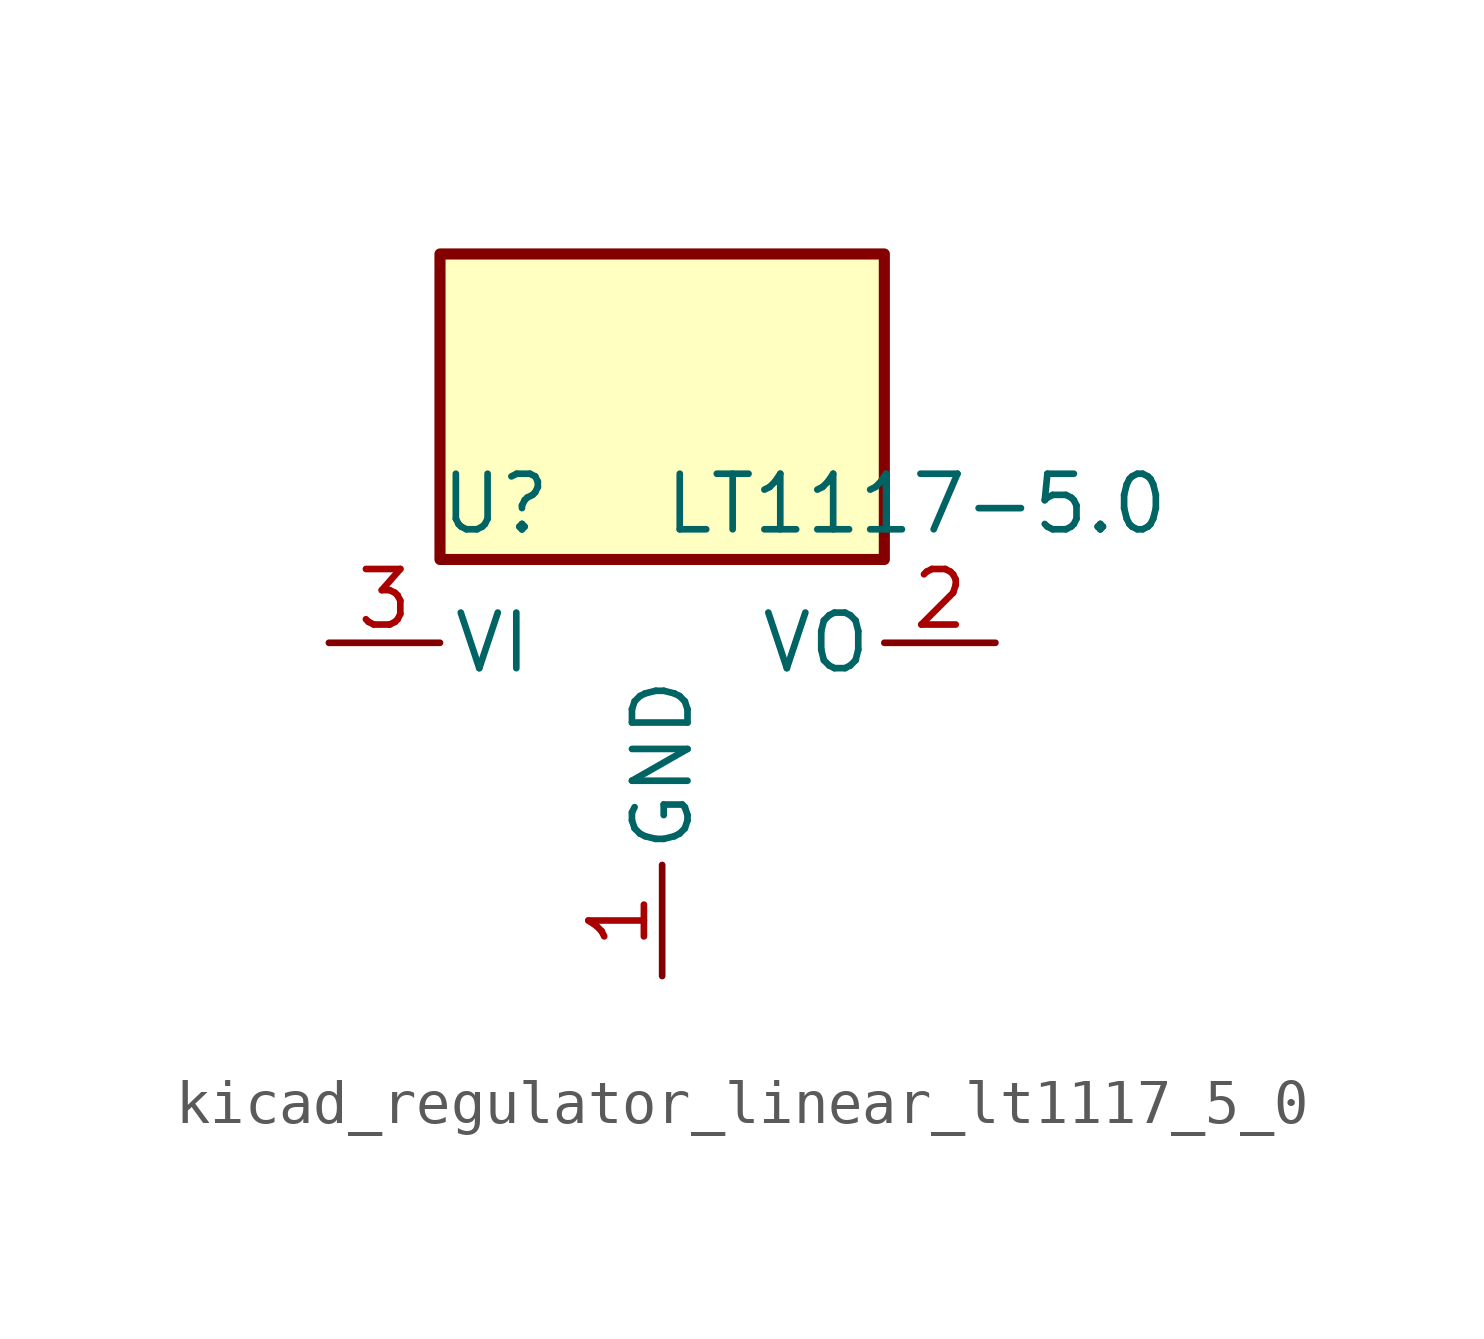
<source format=kicad_sym>
(kicad_symbol_lib
  (version 20220914)
  (generator kicad_symbol_editor)
  (symbol "kicad_regulator_linear_lt1117_5_0"
    (pin_names
      (offset 0.254))
    (property "Reference" "U"
      (at -3.81 3.175 0)
      (effects (font (size 1.27 1.27))))
    (property "Value" "LT1117-5.0"
      (at 0 3.175 0)
      (effects (font (size 1.27 1.27)) (justify left)))
    (symbol "kicad_regulator_linear_lt1117_5_0_0_1"
      (rectangle (start 5.08 8.89) (end -5.08 1.905) (stroke (width 0.254) (type default)) (fill (type background))))
    (symbol "kicad_regulator_linear_lt1117_5_0_1_1"
      (pin power_in line (at 0 -7.62 90) (length 2.54) (name "GND" (effects (font (size 1.27 1.27)))) (number "1" (effects (font (size 1.27 1.27)))))
      (pin power_out line (at 7.62 0 180) (length 2.54) (name "VO" (effects (font (size 1.27 1.27)))) (number "2" (effects (font (size 1.27 1.27)))))
      (pin power_in line (at -7.62 0 0) (length 2.54) (name "VI" (effects (font (size 1.27 1.27)))) (number "3" (effects (font (size 1.27 1.27))))))))
</source>
